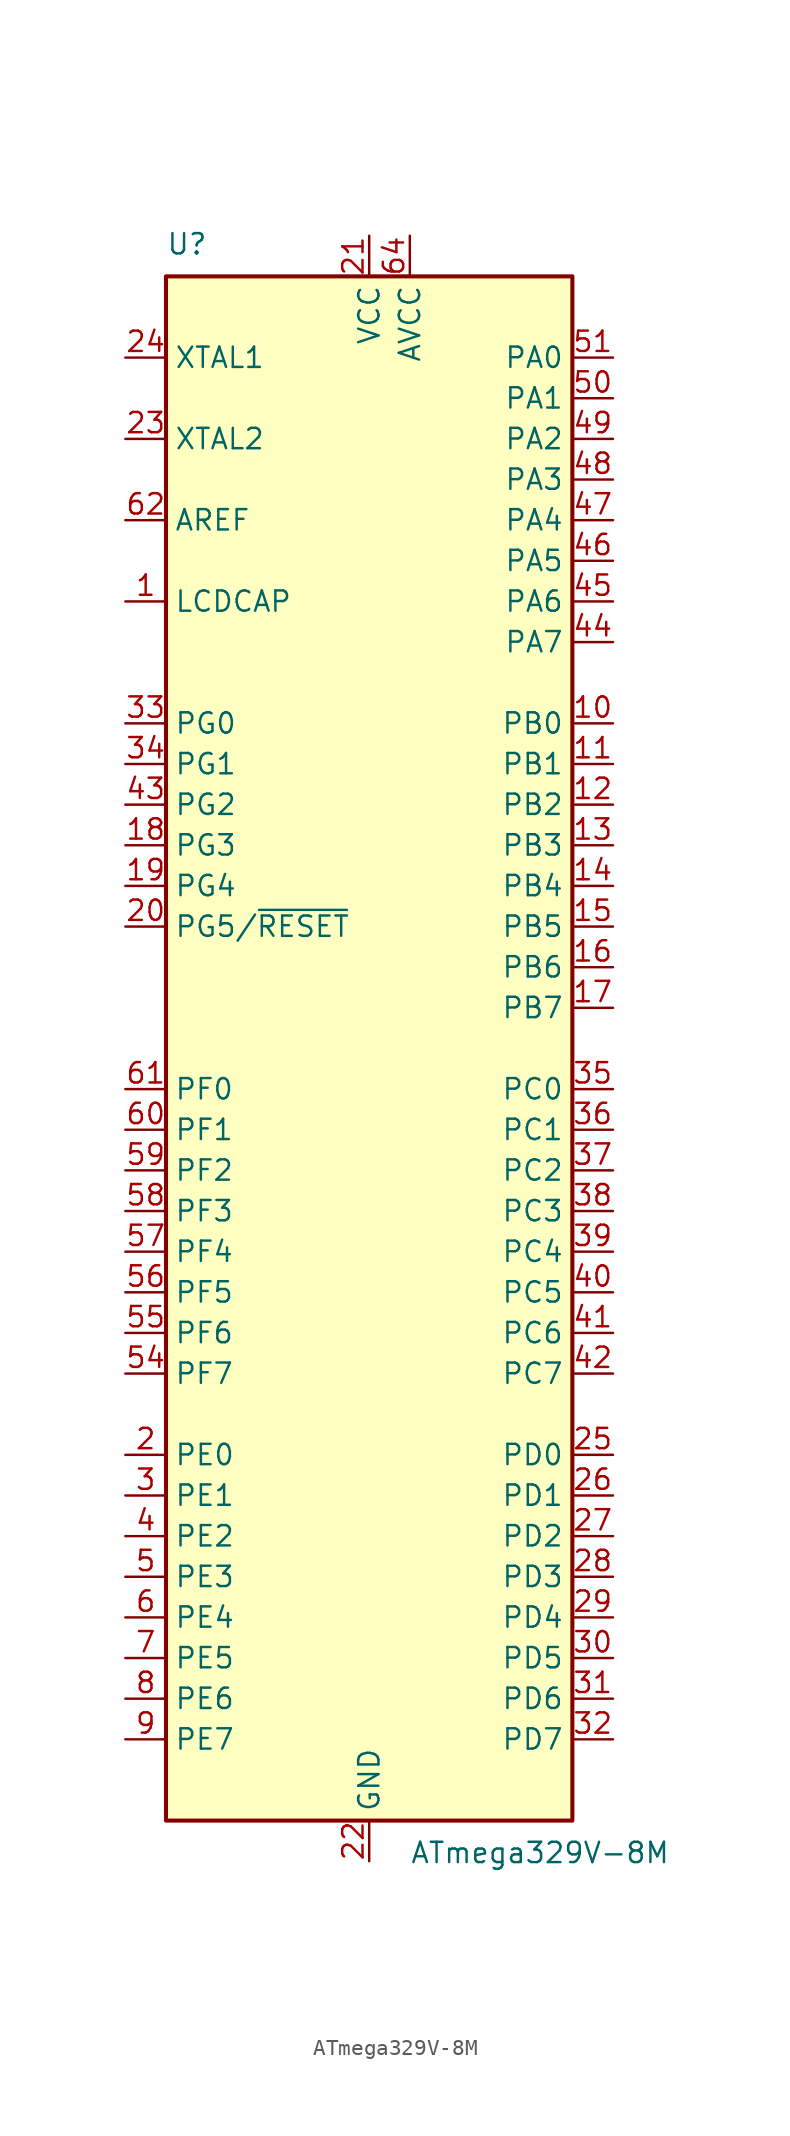
<source format=kicad_sym>
(kicad_symbol_lib
  (version 20220914)
  (generator kicad_symbol_editor)
  (symbol "ATmega329V-8M"
    (property "Reference" "U"
      (at -12.7 49.53 0)
      (effects (font (size 1.27 1.27)) (justify left bottom)))
    (property "Value" "ATmega329V-8M"
      (at 2.54 -49.53 0)
      (effects (font (size 1.27 1.27)) (justify left top)))
    (symbol "ATmega329V-8M_0_1"
      (rectangle (start -12.7 -48.26) (end 12.7 48.26) (stroke (width 0.254) (type default)) (fill (type background))))
    (symbol "ATmega329V-8M_1_1"
      (pin passive line (at -15.24 27.94 0) (length 2.54) (name "LCDCAP" (effects (font (size 1.27 1.27)))) (number "1" (effects (font (size 1.27 1.27)))))
      (pin bidirectional line (at 15.24 20.32 180) (length 2.54) (name "PB0" (effects (font (size 1.27 1.27)))) (number "10" (effects (font (size 1.27 1.27)))))
      (pin bidirectional line (at 15.24 17.78 180) (length 2.54) (name "PB1" (effects (font (size 1.27 1.27)))) (number "11" (effects (font (size 1.27 1.27)))))
      (pin bidirectional line (at 15.24 15.24 180) (length 2.54) (name "PB2" (effects (font (size 1.27 1.27)))) (number "12" (effects (font (size 1.27 1.27)))))
      (pin bidirectional line (at 15.24 12.7 180) (length 2.54) (name "PB3" (effects (font (size 1.27 1.27)))) (number "13" (effects (font (size 1.27 1.27)))))
      (pin bidirectional line (at 15.24 10.16 180) (length 2.54) (name "PB4" (effects (font (size 1.27 1.27)))) (number "14" (effects (font (size 1.27 1.27)))))
      (pin bidirectional line (at 15.24 7.62 180) (length 2.54) (name "PB5" (effects (font (size 1.27 1.27)))) (number "15" (effects (font (size 1.27 1.27)))))
      (pin bidirectional line (at 15.24 5.08 180) (length 2.54) (name "PB6" (effects (font (size 1.27 1.27)))) (number "16" (effects (font (size 1.27 1.27)))))
      (pin bidirectional line (at 15.24 2.54 180) (length 2.54) (name "PB7" (effects (font (size 1.27 1.27)))) (number "17" (effects (font (size 1.27 1.27)))))
      (pin bidirectional line (at -15.24 12.7 0) (length 2.54) (name "PG3" (effects (font (size 1.27 1.27)))) (number "18" (effects (font (size 1.27 1.27)))))
      (pin bidirectional line (at -15.24 10.16 0) (length 2.54) (name "PG4" (effects (font (size 1.27 1.27)))) (number "19" (effects (font (size 1.27 1.27)))))
      (pin bidirectional line (at -15.24 -25.4 0) (length 2.54) (name "PE0" (effects (font (size 1.27 1.27)))) (number "2" (effects (font (size 1.27 1.27)))))
      (pin bidirectional line (at -15.24 7.62 0) (length 2.54) (name "PG5/~{RESET}" (effects (font (size 1.27 1.27)))) (number "20" (effects (font (size 1.27 1.27)))))
      (pin power_in line (at 0 50.8 270) (length 2.54) (name "VCC" (effects (font (size 1.27 1.27)))) (number "21" (effects (font (size 1.27 1.27)))))
      (pin power_in line (at 0 -50.8 90) (length 2.54) (name "GND" (effects (font (size 1.27 1.27)))) (number "22" (effects (font (size 1.27 1.27)))))
      (pin output line (at -15.24 38.1 0) (length 2.54) (name "XTAL2" (effects (font (size 1.27 1.27)))) (number "23" (effects (font (size 1.27 1.27)))))
      (pin input line (at -15.24 43.18 0) (length 2.54) (name "XTAL1" (effects (font (size 1.27 1.27)))) (number "24" (effects (font (size 1.27 1.27)))))
      (pin bidirectional line (at 15.24 -25.4 180) (length 2.54) (name "PD0" (effects (font (size 1.27 1.27)))) (number "25" (effects (font (size 1.27 1.27)))))
      (pin bidirectional line (at 15.24 -27.94 180) (length 2.54) (name "PD1" (effects (font (size 1.27 1.27)))) (number "26" (effects (font (size 1.27 1.27)))))
      (pin bidirectional line (at 15.24 -30.48 180) (length 2.54) (name "PD2" (effects (font (size 1.27 1.27)))) (number "27" (effects (font (size 1.27 1.27)))))
      (pin bidirectional line (at 15.24 -33.02 180) (length 2.54) (name "PD3" (effects (font (size 1.27 1.27)))) (number "28" (effects (font (size 1.27 1.27)))))
      (pin bidirectional line (at 15.24 -35.56 180) (length 2.54) (name "PD4" (effects (font (size 1.27 1.27)))) (number "29" (effects (font (size 1.27 1.27)))))
      (pin bidirectional line (at -15.24 -27.94 0) (length 2.54) (name "PE1" (effects (font (size 1.27 1.27)))) (number "3" (effects (font (size 1.27 1.27)))))
      (pin bidirectional line (at 15.24 -38.1 180) (length 2.54) (name "PD5" (effects (font (size 1.27 1.27)))) (number "30" (effects (font (size 1.27 1.27)))))
      (pin bidirectional line (at 15.24 -40.64 180) (length 2.54) (name "PD6" (effects (font (size 1.27 1.27)))) (number "31" (effects (font (size 1.27 1.27)))))
      (pin bidirectional line (at 15.24 -43.18 180) (length 2.54) (name "PD7" (effects (font (size 1.27 1.27)))) (number "32" (effects (font (size 1.27 1.27)))))
      (pin bidirectional line (at -15.24 20.32 0) (length 2.54) (name "PG0" (effects (font (size 1.27 1.27)))) (number "33" (effects (font (size 1.27 1.27)))))
      (pin bidirectional line (at -15.24 17.78 0) (length 2.54) (name "PG1" (effects (font (size 1.27 1.27)))) (number "34" (effects (font (size 1.27 1.27)))))
      (pin bidirectional line (at 15.24 -2.54 180) (length 2.54) (name "PC0" (effects (font (size 1.27 1.27)))) (number "35" (effects (font (size 1.27 1.27)))))
      (pin bidirectional line (at 15.24 -5.08 180) (length 2.54) (name "PC1" (effects (font (size 1.27 1.27)))) (number "36" (effects (font (size 1.27 1.27)))))
      (pin bidirectional line (at 15.24 -7.62 180) (length 2.54) (name "PC2" (effects (font (size 1.27 1.27)))) (number "37" (effects (font (size 1.27 1.27)))))
      (pin bidirectional line (at 15.24 -10.16 180) (length 2.54) (name "PC3" (effects (font (size 1.27 1.27)))) (number "38" (effects (font (size 1.27 1.27)))))
      (pin bidirectional line (at 15.24 -12.7 180) (length 2.54) (name "PC4" (effects (font (size 1.27 1.27)))) (number "39" (effects (font (size 1.27 1.27)))))
      (pin bidirectional line (at -15.24 -30.48 0) (length 2.54) (name "PE2" (effects (font (size 1.27 1.27)))) (number "4" (effects (font (size 1.27 1.27)))))
      (pin bidirectional line (at 15.24 -15.24 180) (length 2.54) (name "PC5" (effects (font (size 1.27 1.27)))) (number "40" (effects (font (size 1.27 1.27)))))
      (pin bidirectional line (at 15.24 -17.78 180) (length 2.54) (name "PC6" (effects (font (size 1.27 1.27)))) (number "41" (effects (font (size 1.27 1.27)))))
      (pin bidirectional line (at 15.24 -20.32 180) (length 2.54) (name "PC7" (effects (font (size 1.27 1.27)))) (number "42" (effects (font (size 1.27 1.27)))))
      (pin bidirectional line (at -15.24 15.24 0) (length 2.54) (name "PG2" (effects (font (size 1.27 1.27)))) (number "43" (effects (font (size 1.27 1.27)))))
      (pin bidirectional line (at 15.24 25.4 180) (length 2.54) (name "PA7" (effects (font (size 1.27 1.27)))) (number "44" (effects (font (size 1.27 1.27)))))
      (pin bidirectional line (at 15.24 27.94 180) (length 2.54) (name "PA6" (effects (font (size 1.27 1.27)))) (number "45" (effects (font (size 1.27 1.27)))))
      (pin bidirectional line (at 15.24 30.48 180) (length 2.54) (name "PA5" (effects (font (size 1.27 1.27)))) (number "46" (effects (font (size 1.27 1.27)))))
      (pin bidirectional line (at 15.24 33.02 180) (length 2.54) (name "PA4" (effects (font (size 1.27 1.27)))) (number "47" (effects (font (size 1.27 1.27)))))
      (pin bidirectional line (at 15.24 35.56 180) (length 2.54) (name "PA3" (effects (font (size 1.27 1.27)))) (number "48" (effects (font (size 1.27 1.27)))))
      (pin bidirectional line (at 15.24 38.1 180) (length 2.54) (name "PA2" (effects (font (size 1.27 1.27)))) (number "49" (effects (font (size 1.27 1.27)))))
      (pin bidirectional line (at -15.24 -33.02 0) (length 2.54) (name "PE3" (effects (font (size 1.27 1.27)))) (number "5" (effects (font (size 1.27 1.27)))))
      (pin bidirectional line (at 15.24 40.64 180) (length 2.54) (name "PA1" (effects (font (size 1.27 1.27)))) (number "50" (effects (font (size 1.27 1.27)))))
      (pin bidirectional line (at 15.24 43.18 180) (length 2.54) (name "PA0" (effects (font (size 1.27 1.27)))) (number "51" (effects (font (size 1.27 1.27)))))
      (pin passive line (at 0 50.8 270) (length 2.54) hide (name "VCC" (effects (font (size 1.27 1.27)))) (number "52" (effects (font (size 1.27 1.27)))))
      (pin passive line (at 0 -50.8 90) (length 2.54) hide (name "GND" (effects (font (size 1.27 1.27)))) (number "53" (effects (font (size 1.27 1.27)))))
      (pin bidirectional line (at -15.24 -20.32 0) (length 2.54) (name "PF7" (effects (font (size 1.27 1.27)))) (number "54" (effects (font (size 1.27 1.27)))))
      (pin bidirectional line (at -15.24 -17.78 0) (length 2.54) (name "PF6" (effects (font (size 1.27 1.27)))) (number "55" (effects (font (size 1.27 1.27)))))
      (pin bidirectional line (at -15.24 -15.24 0) (length 2.54) (name "PF5" (effects (font (size 1.27 1.27)))) (number "56" (effects (font (size 1.27 1.27)))))
      (pin bidirectional line (at -15.24 -12.7 0) (length 2.54) (name "PF4" (effects (font (size 1.27 1.27)))) (number "57" (effects (font (size 1.27 1.27)))))
      (pin bidirectional line (at -15.24 -10.16 0) (length 2.54) (name "PF3" (effects (font (size 1.27 1.27)))) (number "58" (effects (font (size 1.27 1.27)))))
      (pin bidirectional line (at -15.24 -7.62 0) (length 2.54) (name "PF2" (effects (font (size 1.27 1.27)))) (number "59" (effects (font (size 1.27 1.27)))))
      (pin bidirectional line (at -15.24 -35.56 0) (length 2.54) (name "PE4" (effects (font (size 1.27 1.27)))) (number "6" (effects (font (size 1.27 1.27)))))
      (pin bidirectional line (at -15.24 -5.08 0) (length 2.54) (name "PF1" (effects (font (size 1.27 1.27)))) (number "60" (effects (font (size 1.27 1.27)))))
      (pin bidirectional line (at -15.24 -2.54 0) (length 2.54) (name "PF0" (effects (font (size 1.27 1.27)))) (number "61" (effects (font (size 1.27 1.27)))))
      (pin passive line (at -15.24 33.02 0) (length 2.54) (name "AREF" (effects (font (size 1.27 1.27)))) (number "62" (effects (font (size 1.27 1.27)))))
      (pin passive line (at 0 -50.8 90) (length 2.54) hide (name "GND" (effects (font (size 1.27 1.27)))) (number "63" (effects (font (size 1.27 1.27)))))
      (pin power_in line (at 2.54 50.8 270) (length 2.54) (name "AVCC" (effects (font (size 1.27 1.27)))) (number "64" (effects (font (size 1.27 1.27)))))
      (pin passive line (at 0 -50.8 90) (length 2.54) hide (name "GND" (effects (font (size 1.27 1.27)))) (number "65" (effects (font (size 1.27 1.27)))))
      (pin bidirectional line (at -15.24 -38.1 0) (length 2.54) (name "PE5" (effects (font (size 1.27 1.27)))) (number "7" (effects (font (size 1.27 1.27)))))
      (pin bidirectional line (at -15.24 -40.64 0) (length 2.54) (name "PE6" (effects (font (size 1.27 1.27)))) (number "8" (effects (font (size 1.27 1.27)))))
      (pin bidirectional line (at -15.24 -43.18 0) (length 2.54) (name "PE7" (effects (font (size 1.27 1.27)))) (number "9" (effects (font (size 1.27 1.27))))))))
</source>
